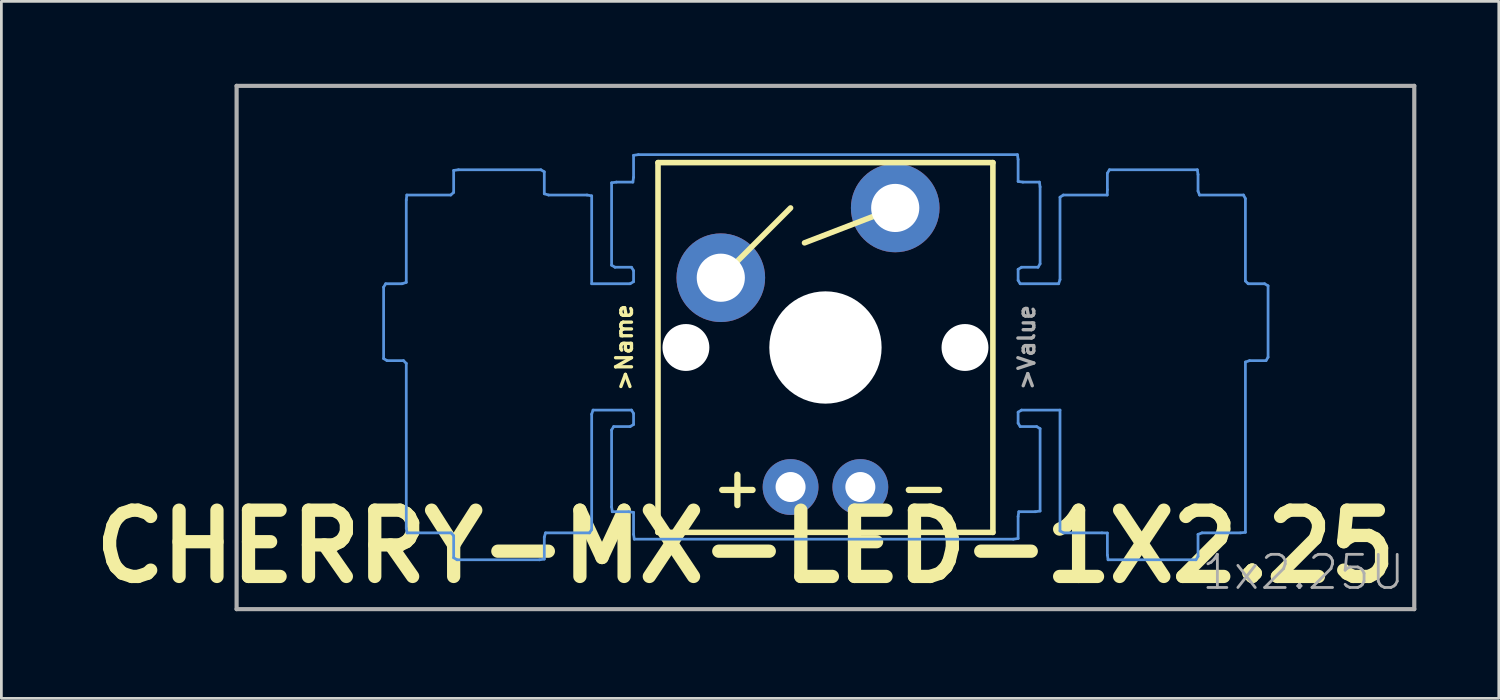
<source format=kicad_pcb>
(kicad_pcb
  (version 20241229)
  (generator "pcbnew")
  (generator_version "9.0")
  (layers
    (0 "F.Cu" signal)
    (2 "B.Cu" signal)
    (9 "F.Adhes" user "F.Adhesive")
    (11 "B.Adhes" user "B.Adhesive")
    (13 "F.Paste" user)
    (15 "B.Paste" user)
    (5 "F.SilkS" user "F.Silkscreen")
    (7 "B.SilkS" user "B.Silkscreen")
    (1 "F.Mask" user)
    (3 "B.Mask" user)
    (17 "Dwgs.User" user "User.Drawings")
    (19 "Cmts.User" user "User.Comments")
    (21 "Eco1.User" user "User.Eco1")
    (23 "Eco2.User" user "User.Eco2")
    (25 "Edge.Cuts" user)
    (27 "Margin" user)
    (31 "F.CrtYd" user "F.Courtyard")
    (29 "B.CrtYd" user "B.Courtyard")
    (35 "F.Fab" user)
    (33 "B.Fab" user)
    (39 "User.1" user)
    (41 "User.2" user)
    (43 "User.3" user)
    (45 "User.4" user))
  (footprint "CHERRY-MX-LED-1X2.25"
    (layer "F.Cu")
    (at 5.564 19.126)
    (property "Reference" "CHERRY-MX-LED-1X2.25" (at 18.531 -2.281 0) (layer "F.SilkS") (effects (font (size 2.413 2.413) (thickness 0.483))))
    (attr through_hole)
    (fp_line (start 15.342 -16.256) (end 27.534 -16.256) (stroke (width 0.203) (type solid)) (layer "F.SilkS"))
    (fp_line (start 15.342 -2.794) (end 15.342 -16.256) (stroke (width 0.203) (type solid)) (layer "F.SilkS"))
    (fp_line (start 17.628 -12.065) (end 20.168 -14.605) (stroke (width 0.203) (type solid)) (layer "F.SilkS"))
    (fp_line (start 23.978 -14.605) (end 20.676 -13.335) (stroke (width 0.203) (type solid)) (layer "F.SilkS"))
    (fp_line (start 27.534 -16.256) (end 27.534 -2.794) (stroke (width 0.203) (type solid)) (layer "F.SilkS"))
    (fp_line (start 27.534 -2.794) (end 15.342 -2.794) (stroke (width 0.203) (type solid)) (layer "F.SilkS"))
    (fp_line (start 5.352 -11.721) (end 5.352 -9.121) (stroke (width 0.1) (type solid)) (layer "Cmts.User"))
    (fp_line (start 5.352 -9.121) (end 5.477 -9.046) (stroke (width 0.1) (type solid)) (layer "Cmts.User"))
    (fp_line (start 5.427 -11.846) (end 5.352 -11.721) (stroke (width 0.1) (type solid)) (layer "Cmts.User"))
    (fp_line (start 5.477 -9.046) (end 6.077 -9.046) (stroke (width 0.1) (type solid)) (layer "Cmts.User"))
    (fp_line (start 6.027 -11.846) (end 5.427 -11.846) (stroke (width 0.1) (type solid)) (layer "Cmts.User"))
    (fp_line (start 6.077 -9.046) (end 6.177 -8.946) (stroke (width 0.1) (type solid)) (layer "Cmts.User"))
    (fp_line (start 6.177 -14.896) (end 6.177 -11.896) (stroke (width 0.1) (type solid)) (layer "Cmts.User"))
    (fp_line (start 6.177 -11.896) (end 6.027 -11.846) (stroke (width 0.1) (type solid)) (layer "Cmts.User"))
    (fp_line (start 6.177 -8.946) (end 6.177 -2.946) (stroke (width 0.1) (type solid)) (layer "Cmts.User"))
    (fp_line (start 6.177 -2.946) (end 6.207 -2.776) (stroke (width 0.1) (type solid)) (layer "Cmts.User"))
    (fp_line (start 6.197 -15.076) (end 6.177 -14.896) (stroke (width 0.1) (type solid)) (layer "Cmts.User"))
    (fp_line (start 6.207 -2.776) (end 7.807 -2.776) (stroke (width 0.1) (type solid)) (layer "Cmts.User"))
    (fp_line (start 7.797 -15.076) (end 6.197 -15.076) (stroke (width 0.1) (type solid)) (layer "Cmts.User"))
    (fp_line (start 7.807 -2.776) (end 7.902 -2.671) (stroke (width 0.1) (type solid)) (layer "Cmts.User"))
    (fp_line (start 7.902 -15.971) (end 7.902 -15.171) (stroke (width 0.1) (type solid)) (layer "Cmts.User"))
    (fp_line (start 7.902 -15.171) (end 7.797 -15.076) (stroke (width 0.1) (type solid)) (layer "Cmts.User"))
    (fp_line (start 7.902 -2.671) (end 7.902 -1.871) (stroke (width 0.1) (type solid)) (layer "Cmts.User"))
    (fp_line (start 7.902 -1.871) (end 8.027 -1.796) (stroke (width 0.1) (type solid)) (layer "Cmts.User"))
    (fp_line (start 8.027 -1.796) (end 11.027 -1.796) (stroke (width 0.1) (type solid)) (layer "Cmts.User"))
    (fp_line (start 8.077 -15.996) (end 7.902 -15.971) (stroke (width 0.1) (type solid)) (layer "Cmts.User"))
    (fp_line (start 11.027 -1.796) (end 11.202 -1.821) (stroke (width 0.1) (type solid)) (layer "Cmts.User"))
    (fp_line (start 11.077 -15.996) (end 8.077 -15.996) (stroke (width 0.1) (type solid)) (layer "Cmts.User"))
    (fp_line (start 11.202 -15.921) (end 11.077 -15.996) (stroke (width 0.1) (type solid)) (layer "Cmts.User"))
    (fp_line (start 11.202 -15.121) (end 11.202 -15.921) (stroke (width 0.1) (type solid)) (layer "Cmts.User"))
    (fp_line (start 11.202 -2.621) (end 11.247 -2.776) (stroke (width 0.1) (type solid)) (layer "Cmts.User"))
    (fp_line (start 11.202 -1.821) (end 11.202 -2.621) (stroke (width 0.1) (type solid)) (layer "Cmts.User"))
    (fp_line (start 11.247 -2.776) (end 12.847 -2.776) (stroke (width 0.1) (type solid)) (layer "Cmts.User"))
    (fp_line (start 11.357 -15.076) (end 11.202 -15.121) (stroke (width 0.1) (type solid)) (layer "Cmts.User"))
    (fp_line (start 12.757 -15.076) (end 11.357 -15.076) (stroke (width 0.1) (type solid)) (layer "Cmts.User"))
    (fp_line (start 12.847 -2.776) (end 12.927 -2.896) (stroke (width 0.1) (type solid)) (layer "Cmts.User"))
    (fp_line (start 12.927 -15.046) (end 12.757 -15.076) (stroke (width 0.1) (type solid)) (layer "Cmts.User"))
    (fp_line (start 12.927 -11.846) (end 12.927 -15.046) (stroke (width 0.1) (type solid)) (layer "Cmts.User"))
    (fp_line (start 12.927 -7.096) (end 12.977 -7.246) (stroke (width 0.1) (type solid)) (layer "Cmts.User"))
    (fp_line (start 12.927 -2.896) (end 12.927 -7.096) (stroke (width 0.1) (type solid)) (layer "Cmts.User"))
    (fp_line (start 12.977 -7.246) (end 14.377 -7.246) (stroke (width 0.1) (type solid)) (layer "Cmts.User"))
    (fp_line (start 13.652 -15.521) (end 13.652 -12.521) (stroke (width 0.1) (type solid)) (layer "Cmts.User"))
    (fp_line (start 13.652 -12.521) (end 13.777 -12.446) (stroke (width 0.1) (type solid)) (layer "Cmts.User"))
    (fp_line (start 13.652 -6.521) (end 13.652 -3.721) (stroke (width 0.1) (type solid)) (layer "Cmts.User"))
    (fp_line (start 13.652 -3.721) (end 13.677 -3.546) (stroke (width 0.1) (type solid)) (layer "Cmts.User"))
    (fp_line (start 13.677 -3.546) (end 14.277 -3.546) (stroke (width 0.1) (type solid)) (layer "Cmts.User"))
    (fp_line (start 13.727 -6.646) (end 13.652 -6.521) (stroke (width 0.1) (type solid)) (layer "Cmts.User"))
    (fp_line (start 13.777 -12.446) (end 14.377 -12.446) (stroke (width 0.1) (type solid)) (layer "Cmts.User"))
    (fp_line (start 13.827 -15.546) (end 13.652 -15.521) (stroke (width 0.1) (type solid)) (layer "Cmts.User"))
    (fp_line (start 14.277 -3.546) (end 14.452 -3.521) (stroke (width 0.1) (type solid)) (layer "Cmts.User"))
    (fp_line (start 14.327 -11.846) (end 12.927 -11.846) (stroke (width 0.1) (type solid)) (layer "Cmts.User"))
    (fp_line (start 14.327 -6.646) (end 13.727 -6.646) (stroke (width 0.1) (type solid)) (layer "Cmts.User"))
    (fp_line (start 14.377 -7.246) (end 14.452 -7.121) (stroke (width 0.1) (type solid)) (layer "Cmts.User"))
    (fp_line (start 14.377 -12.446) (end 14.452 -12.321) (stroke (width 0.1) (type solid)) (layer "Cmts.User"))
    (fp_line (start 14.427 -15.546) (end 13.827 -15.546) (stroke (width 0.1) (type solid)) (layer "Cmts.User"))
    (fp_line (start 14.452 -16.521) (end 14.452 -15.721) (stroke (width 0.1) (type solid)) (layer "Cmts.User"))
    (fp_line (start 14.452 -15.721) (end 14.427 -15.546) (stroke (width 0.1) (type solid)) (layer "Cmts.User"))
    (fp_line (start 14.452 -12.321) (end 14.452 -11.921) (stroke (width 0.1) (type solid)) (layer "Cmts.User"))
    (fp_line (start 14.452 -11.921) (end 14.327 -11.846) (stroke (width 0.1) (type solid)) (layer "Cmts.User"))
    (fp_line (start 14.452 -7.121) (end 14.452 -6.721) (stroke (width 0.1) (type solid)) (layer "Cmts.User"))
    (fp_line (start 14.452 -6.721) (end 14.327 -6.646) (stroke (width 0.1) (type solid)) (layer "Cmts.User"))
    (fp_line (start 14.452 -3.521) (end 14.452 -2.721) (stroke (width 0.1) (type solid)) (layer "Cmts.User"))
    (fp_line (start 14.452 -2.721) (end 14.477 -2.546) (stroke (width 0.1) (type solid)) (layer "Cmts.User"))
    (fp_line (start 14.477 -2.546) (end 28.277 -2.546) (stroke (width 0.1) (type solid)) (layer "Cmts.User"))
    (fp_line (start 14.627 -16.546) (end 14.452 -16.521) (stroke (width 0.1) (type solid)) (layer "Cmts.User"))
    (fp_line (start 28.277 -2.546) (end 28.452 -2.571) (stroke (width 0.1) (type solid)) (layer "Cmts.User"))
    (fp_line (start 28.427 -16.546) (end 14.627 -16.546) (stroke (width 0.1) (type solid)) (layer "Cmts.User"))
    (fp_line (start 28.452 -16.371) (end 28.427 -16.546) (stroke (width 0.1) (type solid)) (layer "Cmts.User"))
    (fp_line (start 28.452 -15.571) (end 28.452 -16.371) (stroke (width 0.1) (type solid)) (layer "Cmts.User"))
    (fp_line (start 28.452 -12.371) (end 28.577 -12.446) (stroke (width 0.1) (type solid)) (layer "Cmts.User"))
    (fp_line (start 28.452 -11.971) (end 28.452 -12.371) (stroke (width 0.1) (type solid)) (layer "Cmts.User"))
    (fp_line (start 28.452 -7.171) (end 28.577 -7.246) (stroke (width 0.1) (type solid)) (layer "Cmts.User"))
    (fp_line (start 28.452 -6.771) (end 28.452 -7.171) (stroke (width 0.1) (type solid)) (layer "Cmts.User"))
    (fp_line (start 28.452 -3.371) (end 28.477 -3.546) (stroke (width 0.1) (type solid)) (layer "Cmts.User"))
    (fp_line (start 28.452 -2.571) (end 28.452 -3.371) (stroke (width 0.1) (type solid)) (layer "Cmts.User"))
    (fp_line (start 28.477 -3.546) (end 29.077 -3.546) (stroke (width 0.1) (type solid)) (layer "Cmts.User"))
    (fp_line (start 28.527 -6.646) (end 28.452 -6.771) (stroke (width 0.1) (type solid)) (layer "Cmts.User"))
    (fp_line (start 28.527 -11.846) (end 28.452 -11.971) (stroke (width 0.1) (type solid)) (layer "Cmts.User"))
    (fp_line (start 28.577 -12.446) (end 29.177 -12.446) (stroke (width 0.1) (type solid)) (layer "Cmts.User"))
    (fp_line (start 28.577 -7.246) (end 29.977 -7.246) (stroke (width 0.1) (type solid)) (layer "Cmts.User"))
    (fp_line (start 28.627 -15.546) (end 28.452 -15.571) (stroke (width 0.1) (type solid)) (layer "Cmts.User"))
    (fp_line (start 29.077 -3.546) (end 29.252 -3.571) (stroke (width 0.1) (type solid)) (layer "Cmts.User"))
    (fp_line (start 29.127 -6.646) (end 28.527 -6.646) (stroke (width 0.1) (type solid)) (layer "Cmts.User"))
    (fp_line (start 29.177 -12.446) (end 29.252 -12.571) (stroke (width 0.1) (type solid)) (layer "Cmts.User"))
    (fp_line (start 29.227 -15.546) (end 28.627 -15.546) (stroke (width 0.1) (type solid)) (layer "Cmts.User"))
    (fp_line (start 29.252 -15.371) (end 29.227 -15.546) (stroke (width 0.1) (type solid)) (layer "Cmts.User"))
    (fp_line (start 29.252 -12.571) (end 29.252 -15.371) (stroke (width 0.1) (type solid)) (layer "Cmts.User"))
    (fp_line (start 29.252 -6.571) (end 29.127 -6.646) (stroke (width 0.1) (type solid)) (layer "Cmts.User"))
    (fp_line (start 29.252 -3.571) (end 29.252 -6.571) (stroke (width 0.1) (type solid)) (layer "Cmts.User"))
    (fp_line (start 29.927 -11.846) (end 28.527 -11.846) (stroke (width 0.1) (type solid)) (layer "Cmts.User"))
    (fp_line (start 29.977 -14.996) (end 29.977 -11.996) (stroke (width 0.1) (type solid)) (layer "Cmts.User"))
    (fp_line (start 29.977 -11.996) (end 29.927 -11.846) (stroke (width 0.1) (type solid)) (layer "Cmts.User"))
    (fp_line (start 29.977 -7.246) (end 29.977 -2.846) (stroke (width 0.1) (type solid)) (layer "Cmts.User"))
    (fp_line (start 29.977 -2.846) (end 30.107 -2.776) (stroke (width 0.1) (type solid)) (layer "Cmts.User"))
    (fp_line (start 30.097 -15.076) (end 29.977 -14.996) (stroke (width 0.1) (type solid)) (layer "Cmts.User"))
    (fp_line (start 30.107 -2.776) (end 31.507 -2.776) (stroke (width 0.1) (type solid)) (layer "Cmts.User"))
    (fp_line (start 31.507 -2.776) (end 31.702 -2.771) (stroke (width 0.1) (type solid)) (layer "Cmts.User"))
    (fp_line (start 31.697 -15.076) (end 30.097 -15.076) (stroke (width 0.1) (type solid)) (layer "Cmts.User"))
    (fp_line (start 31.702 -15.871) (end 31.702 -15.271) (stroke (width 0.1) (type solid)) (layer "Cmts.User"))
    (fp_line (start 31.702 -15.271) (end 31.697 -15.076) (stroke (width 0.1) (type solid)) (layer "Cmts.User"))
    (fp_line (start 31.702 -2.771) (end 31.702 -1.971) (stroke (width 0.1) (type solid)) (layer "Cmts.User"))
    (fp_line (start 31.702 -1.971) (end 31.727 -1.796) (stroke (width 0.1) (type solid)) (layer "Cmts.User"))
    (fp_line (start 31.727 -1.796) (end 34.927 -1.796) (stroke (width 0.1) (type solid)) (layer "Cmts.User"))
    (fp_line (start 31.777 -15.996) (end 31.702 -15.871) (stroke (width 0.1) (type solid)) (layer "Cmts.User"))
    (fp_line (start 34.927 -1.796) (end 35.002 -1.921) (stroke (width 0.1) (type solid)) (layer "Cmts.User"))
    (fp_line (start 34.977 -15.996) (end 31.777 -15.996) (stroke (width 0.1) (type solid)) (layer "Cmts.User"))
    (fp_line (start 35.002 -15.821) (end 34.977 -15.996) (stroke (width 0.1) (type solid)) (layer "Cmts.User"))
    (fp_line (start 35.002 -15.221) (end 35.002 -15.821) (stroke (width 0.1) (type solid)) (layer "Cmts.User"))
    (fp_line (start 35.002 -2.721) (end 35.147 -2.776) (stroke (width 0.1) (type solid)) (layer "Cmts.User"))
    (fp_line (start 35.002 -1.921) (end 35.002 -2.721) (stroke (width 0.1) (type solid)) (layer "Cmts.User"))
    (fp_line (start 35.057 -15.076) (end 35.002 -15.221) (stroke (width 0.1) (type solid)) (layer "Cmts.User"))
    (fp_line (start 35.147 -2.776) (end 36.547 -2.776) (stroke (width 0.1) (type solid)) (layer "Cmts.User"))
    (fp_line (start 36.547 -2.776) (end 36.727 -2.796) (stroke (width 0.1) (type solid)) (layer "Cmts.User"))
    (fp_line (start 36.657 -15.076) (end 35.057 -15.076) (stroke (width 0.1) (type solid)) (layer "Cmts.User"))
    (fp_line (start 36.727 -14.946) (end 36.657 -15.076) (stroke (width 0.1) (type solid)) (layer "Cmts.User"))
    (fp_line (start 36.727 -11.946) (end 36.727 -14.946) (stroke (width 0.1) (type solid)) (layer "Cmts.User"))
    (fp_line (start 36.727 -8.996) (end 36.877 -9.046) (stroke (width 0.1) (type solid)) (layer "Cmts.User"))
    (fp_line (start 36.727 -2.796) (end 36.727 -8.996) (stroke (width 0.1) (type solid)) (layer "Cmts.User"))
    (fp_line (start 36.827 -11.846) (end 36.727 -11.946) (stroke (width 0.1) (type solid)) (layer "Cmts.User"))
    (fp_line (start 36.877 -9.046) (end 37.477 -9.046) (stroke (width 0.1) (type solid)) (layer "Cmts.User"))
    (fp_line (start 37.427 -11.846) (end 36.827 -11.846) (stroke (width 0.1) (type solid)) (layer "Cmts.User"))
    (fp_line (start 37.477 -9.046) (end 37.552 -9.171) (stroke (width 0.1) (type solid)) (layer "Cmts.User"))
    (fp_line (start 37.552 -11.771) (end 37.427 -11.846) (stroke (width 0.1) (type solid)) (layer "Cmts.User"))
    (fp_line (start 37.552 -9.171) (end 37.552 -11.771) (stroke (width 0.1) (type solid)) (layer "Cmts.User"))
    (fp_line (start 0 -19.05) (end 42.875 -19.05) (stroke (width 0.152) (type solid)) (layer "F.Fab"))
    (fp_line (start 0 0) (end 0 -19.05) (stroke (width 0.152) (type solid)) (layer "F.Fab"))
    (fp_line (start 42.875 -19.05) (end 42.875 0) (stroke (width 0.152) (type solid)) (layer "F.Fab"))
    (fp_line (start 42.875 0) (end 0 0) (stroke (width 0.152) (type solid)) (layer "F.Fab"))
    (fp_text user "+" (at 19.279 -4.445 0) (layer "F.SilkS") (effects (font (size 1.448 1.448) (thickness 0.229)) (justify right)))
    (fp_text user "-" (at 23.978 -4.445 0) (layer "F.SilkS") (effects (font (size 1.448 1.448) (thickness 0.229)) (justify left)))
    (fp_text user ">Name" (at 14.453 -9.525 90) (layer "F.SilkS") (effects (font (size 0.579 0.579) (thickness 0.122)) (justify bottom)))
    (fp_text user "1x2.25U" (at 35.065 -0.635 0) (layer "F.Fab") (effects (font (size 1.206 1.206) (thickness 0.102)) (justify left bottom)))
    (fp_text user ">Value" (at 28.423 -9.525 90) (layer "F.Fab") (effects (font (size 0.579 0.579) (thickness 0.122)) (justify top)))
    (pad "" np_thru_hole circle (at 16.358 -9.525) (size 1.707 1.707) (drill 1.707) (layers "*.Cu" "*.Mask"))
    (pad "" np_thru_hole circle (at 21.438 -9.525) (size 4.089 4.089) (drill 4.089) (layers "*.Cu" "*.Mask"))
    (pad "" np_thru_hole circle (at 26.518 -9.525) (size 1.707 1.707) (drill 1.707) (layers "*.Cu" "*.Mask"))
    (pad "A" thru_hole circle (at 20.168 -4.445) (size 2.032 2.032) (drill 1.092) (layers "*.Cu" "*.Mask"))
    (pad "K" thru_hole circle (at 22.708 -4.445) (size 2.032 2.032) (drill 1.092) (layers "*.Cu" "*.Mask"))
    (pad "S1" thru_hole circle (at 17.628 -12.065) (size 3.226 3.226) (drill 1.753) (layers "*.Cu" "*.Mask"))
    (pad "S2" thru_hole circle (at 23.978 -14.605) (size 3.226 3.226) (drill 1.753) (layers "*.Cu" "*.Mask")))
  (gr_rect
    (start -3 -3)
    (end 51.516 22.376)
    (stroke (width 0.1) (type default))
    (fill no)
    (layer "Edge.Cuts")))
</source>
